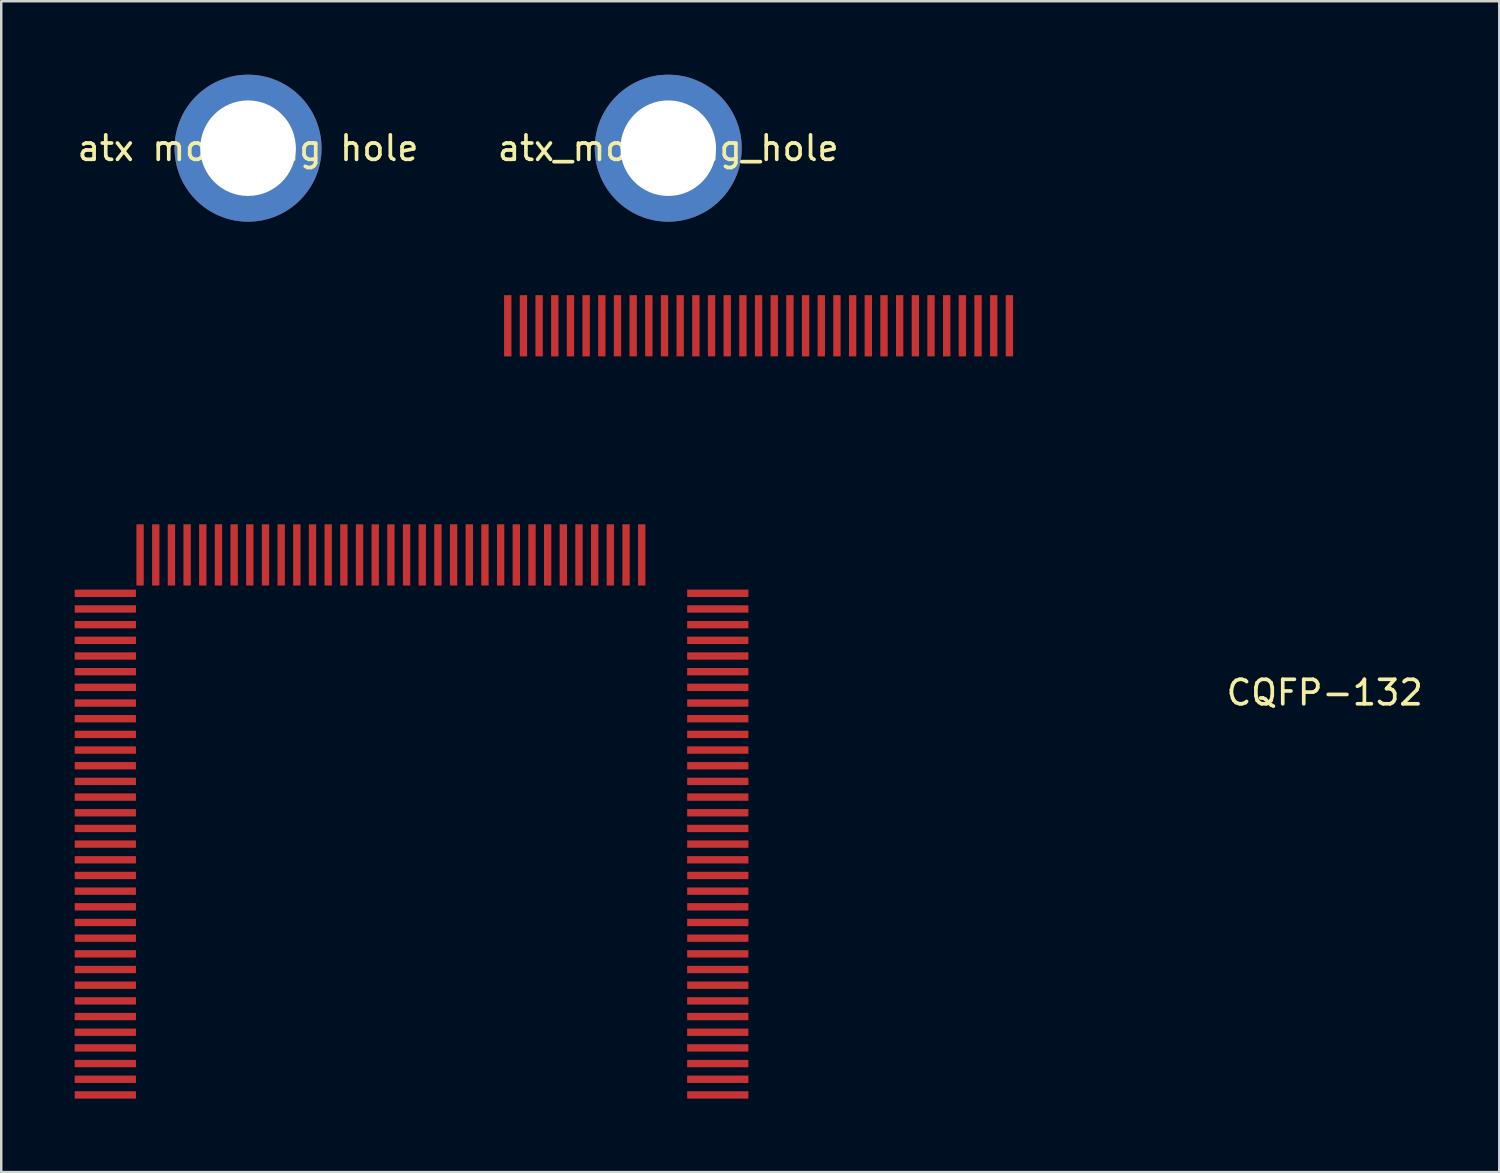
<source format=kicad_pcb>
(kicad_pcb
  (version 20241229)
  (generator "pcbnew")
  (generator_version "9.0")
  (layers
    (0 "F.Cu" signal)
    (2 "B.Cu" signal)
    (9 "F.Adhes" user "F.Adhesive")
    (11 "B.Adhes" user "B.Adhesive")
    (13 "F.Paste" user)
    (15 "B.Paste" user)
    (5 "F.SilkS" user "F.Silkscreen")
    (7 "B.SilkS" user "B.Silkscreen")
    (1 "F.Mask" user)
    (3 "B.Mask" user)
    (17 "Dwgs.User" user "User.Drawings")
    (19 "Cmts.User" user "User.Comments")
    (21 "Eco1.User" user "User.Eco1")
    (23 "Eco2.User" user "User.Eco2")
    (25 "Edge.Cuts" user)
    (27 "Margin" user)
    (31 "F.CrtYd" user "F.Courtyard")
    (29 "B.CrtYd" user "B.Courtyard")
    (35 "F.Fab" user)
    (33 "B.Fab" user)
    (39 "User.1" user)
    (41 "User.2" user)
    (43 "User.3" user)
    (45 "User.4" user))
  (footprint "CQFP-132"
    (layer "F.Cu")
    (at 33.762 30.824)
    (property "Reference" "CQFP-132" (at 17.272 -5.596 0) (layer "F.SilkS") (effects (font (size 1 1) (thickness 0.15))))
    (attr through_hole)
    (pad "1" smd rect (at -20.853 -11.219) (size 0.3 2.5) (layers "F.Cu" "F.Mask" "F.Paste"))
    (pad "2" smd rect (at -21.493 -11.219) (size 0.3 2.5) (layers "F.Cu" "F.Mask" "F.Paste"))
    (pad "3" smd rect (at -22.133 -11.219) (size 0.3 2.5) (layers "F.Cu" "F.Mask" "F.Paste"))
    (pad "4" smd rect (at -22.773 -11.219) (size 0.3 2.5) (layers "F.Cu" "F.Mask" "F.Paste"))
    (pad "5" smd rect (at -23.413 -11.219) (size 0.3 2.5) (layers "F.Cu" "F.Mask" "F.Paste"))
    (pad "6" smd rect (at -24.053 -11.219) (size 0.3 2.5) (layers "F.Cu" "F.Mask" "F.Paste"))
    (pad "7" smd rect (at -24.693 -11.219) (size 0.3 2.5) (layers "F.Cu" "F.Mask" "F.Paste"))
    (pad "8" smd rect (at -25.333 -11.219) (size 0.3 2.5) (layers "F.Cu" "F.Mask" "F.Paste"))
    (pad "9" smd rect (at -25.973 -11.219) (size 0.3 2.5) (layers "F.Cu" "F.Mask" "F.Paste"))
    (pad "10" smd rect (at -26.613 -11.219) (size 0.3 2.5) (layers "F.Cu" "F.Mask" "F.Paste"))
    (pad "11" smd rect (at -27.253 -11.219) (size 0.3 2.5) (layers "F.Cu" "F.Mask" "F.Paste"))
    (pad "12" smd rect (at -27.893 -11.219) (size 0.3 2.5) (layers "F.Cu" "F.Mask" "F.Paste"))
    (pad "13" smd rect (at -28.533 -11.219) (size 0.3 2.5) (layers "F.Cu" "F.Mask" "F.Paste"))
    (pad "14" smd rect (at -29.173 -11.219) (size 0.3 2.5) (layers "F.Cu" "F.Mask" "F.Paste"))
    (pad "15" smd rect (at -29.813 -11.219) (size 0.3 2.5) (layers "F.Cu" "F.Mask" "F.Paste"))
    (pad "16" smd rect (at -30.453 -11.219) (size 0.3 2.5) (layers "F.Cu" "F.Mask" "F.Paste"))
    (pad "17" smd rect (at -31.093 -11.219) (size 0.3 2.5) (layers "F.Cu" "F.Mask" "F.Paste"))
    (pad "18" smd rect (at -32.512 -9.652) (size 2.5 0.3) (layers "F.Cu" "F.Mask" "F.Paste"))
    (pad "19" smd rect (at -32.512 -9.012) (size 2.5 0.3) (layers "F.Cu" "F.Mask" "F.Paste"))
    (pad "20" smd rect (at -32.512 -8.372) (size 2.5 0.3) (layers "F.Cu" "F.Mask" "F.Paste"))
    (pad "21" smd rect (at -32.512 -7.732) (size 2.5 0.3) (layers "F.Cu" "F.Mask" "F.Paste"))
    (pad "22" smd rect (at -32.512 -7.092) (size 2.5 0.3) (layers "F.Cu" "F.Mask" "F.Paste"))
    (pad "23" smd rect (at -32.512 -6.452) (size 2.5 0.3) (layers "F.Cu" "F.Mask" "F.Paste"))
    (pad "24" smd rect (at -32.512 -5.812) (size 2.5 0.3) (layers "F.Cu" "F.Mask" "F.Paste"))
    (pad "25" smd rect (at -32.512 -5.172) (size 2.5 0.3) (layers "F.Cu" "F.Mask" "F.Paste"))
    (pad "26" smd rect (at -32.512 -4.532) (size 2.5 0.3) (layers "F.Cu" "F.Mask" "F.Paste"))
    (pad "27" smd rect (at -32.512 -3.892) (size 2.5 0.3) (layers "F.Cu" "F.Mask" "F.Paste"))
    (pad "28" smd rect (at -32.512 -3.252) (size 2.5 0.3) (layers "F.Cu" "F.Mask" "F.Paste"))
    (pad "29" smd rect (at -32.512 -2.612) (size 2.5 0.3) (layers "F.Cu" "F.Mask" "F.Paste"))
    (pad "30" smd rect (at -32.512 -1.972) (size 2.5 0.3) (layers "F.Cu" "F.Mask" "F.Paste"))
    (pad "31" smd rect (at -32.512 -1.332) (size 2.5 0.3) (layers "F.Cu" "F.Mask" "F.Paste"))
    (pad "32" smd rect (at -32.512 -0.692) (size 2.5 0.3) (layers "F.Cu" "F.Mask" "F.Paste"))
    (pad "33" smd rect (at -32.512 -0.052) (size 2.5 0.3) (layers "F.Cu" "F.Mask" "F.Paste"))
    (pad "34" smd rect (at -32.512 0.588) (size 2.5 0.3) (layers "F.Cu" "F.Mask" "F.Paste"))
    (pad "35" smd rect (at -32.512 1.228) (size 2.5 0.3) (layers "F.Cu" "F.Mask" "F.Paste"))
    (pad "36" smd rect (at -32.512 1.868) (size 2.5 0.3) (layers "F.Cu" "F.Mask" "F.Paste"))
    (pad "37" smd rect (at -32.512 2.508) (size 2.5 0.3) (layers "F.Cu" "F.Mask" "F.Paste"))
    (pad "38" smd rect (at -32.512 3.148) (size 2.5 0.3) (layers "F.Cu" "F.Mask" "F.Paste"))
    (pad "39" smd rect (at -32.512 3.788) (size 2.5 0.3) (layers "F.Cu" "F.Mask" "F.Paste"))
    (pad "40" smd rect (at -32.512 4.428) (size 2.5 0.3) (layers "F.Cu" "F.Mask" "F.Paste"))
    (pad "41" smd rect (at -32.512 5.068) (size 2.5 0.3) (layers "F.Cu" "F.Mask" "F.Paste"))
    (pad "42" smd rect (at -32.512 5.708) (size 2.5 0.3) (layers "F.Cu" "F.Mask" "F.Paste"))
    (pad "43" smd rect (at -32.512 6.348) (size 2.5 0.3) (layers "F.Cu" "F.Mask" "F.Paste"))
    (pad "44" smd rect (at -32.512 6.988) (size 2.5 0.3) (layers "F.Cu" "F.Mask" "F.Paste"))
    (pad "45" smd rect (at -32.512 7.628) (size 2.5 0.3) (layers "F.Cu" "F.Mask" "F.Paste"))
    (pad "46" smd rect (at -32.512 8.268) (size 2.5 0.3) (layers "F.Cu" "F.Mask" "F.Paste"))
    (pad "47" smd rect (at -32.512 8.908) (size 2.5 0.3) (layers "F.Cu" "F.Mask" "F.Paste"))
    (pad "48" smd rect (at -32.512 9.548) (size 2.5 0.3) (layers "F.Cu" "F.Mask" "F.Paste"))
    (pad "49" smd rect (at -32.512 10.188) (size 2.5 0.3) (layers "F.Cu" "F.Mask" "F.Paste"))
    (pad "50" smd rect (at -32.512 10.828) (size 2.5 0.3) (layers "F.Cu" "F.Mask" "F.Paste"))
    (pad "51" smd rect (at -16.082 -20.574) (size 0.3 2.5) (layers "F.Cu" "F.Mask" "F.Paste"))
    (pad "52" smd rect (at -15.442 -20.574) (size 0.3 2.5) (layers "F.Cu" "F.Mask" "F.Paste"))
    (pad "53" smd rect (at -14.802 -20.574) (size 0.3 2.5) (layers "F.Cu" "F.Mask" "F.Paste"))
    (pad "54" smd rect (at -14.162 -20.574) (size 0.3 2.5) (layers "F.Cu" "F.Mask" "F.Paste"))
    (pad "55" smd rect (at -13.522 -20.574) (size 0.3 2.5) (layers "F.Cu" "F.Mask" "F.Paste"))
    (pad "56" smd rect (at -12.882 -20.574) (size 0.3 2.5) (layers "F.Cu" "F.Mask" "F.Paste"))
    (pad "57" smd rect (at -12.242 -20.574) (size 0.3 2.5) (layers "F.Cu" "F.Mask" "F.Paste"))
    (pad "58" smd rect (at -11.602 -20.574) (size 0.3 2.5) (layers "F.Cu" "F.Mask" "F.Paste"))
    (pad "59" smd rect (at -10.962 -20.574) (size 0.3 2.5) (layers "F.Cu" "F.Mask" "F.Paste"))
    (pad "60" smd rect (at -10.322 -20.574) (size 0.3 2.5) (layers "F.Cu" "F.Mask" "F.Paste"))
    (pad "61" smd rect (at -9.682 -20.574) (size 0.3 2.5) (layers "F.Cu" "F.Mask" "F.Paste"))
    (pad "62" smd rect (at -9.042 -20.574) (size 0.3 2.5) (layers "F.Cu" "F.Mask" "F.Paste"))
    (pad "63" smd rect (at -8.402 -20.574) (size 0.3 2.5) (layers "F.Cu" "F.Mask" "F.Paste"))
    (pad "64" smd rect (at -7.762 -20.574) (size 0.3 2.5) (layers "F.Cu" "F.Mask" "F.Paste"))
    (pad "65" smd rect (at -7.122 -20.574) (size 0.3 2.5) (layers "F.Cu" "F.Mask" "F.Paste"))
    (pad "66" smd rect (at -6.482 -20.574) (size 0.3 2.5) (layers "F.Cu" "F.Mask" "F.Paste"))
    (pad "67" smd rect (at -5.842 -20.574) (size 0.3 2.5) (layers "F.Cu" "F.Mask" "F.Paste"))
    (pad "68" smd rect (at -5.202 -20.574) (size 0.3 2.5) (layers "F.Cu" "F.Mask" "F.Paste"))
    (pad "69" smd rect (at -4.562 -20.574) (size 0.3 2.5) (layers "F.Cu" "F.Mask" "F.Paste"))
    (pad "70" smd rect (at -3.922 -20.574) (size 0.3 2.5) (layers "F.Cu" "F.Mask" "F.Paste"))
    (pad "71" smd rect (at -3.282 -20.574) (size 0.3 2.5) (layers "F.Cu" "F.Mask" "F.Paste"))
    (pad "72" smd rect (at -2.642 -20.574) (size 0.3 2.5) (layers "F.Cu" "F.Mask" "F.Paste"))
    (pad "73" smd rect (at -2.002 -20.574) (size 0.3 2.5) (layers "F.Cu" "F.Mask" "F.Paste"))
    (pad "74" smd rect (at -1.362 -20.574) (size 0.3 2.5) (layers "F.Cu" "F.Mask" "F.Paste"))
    (pad "75" smd rect (at -0.722 -20.574) (size 0.3 2.5) (layers "F.Cu" "F.Mask" "F.Paste"))
    (pad "76" smd rect (at -0.082 -20.574) (size 0.3 2.5) (layers "F.Cu" "F.Mask" "F.Paste"))
    (pad "77" smd rect (at 0.558 -20.574) (size 0.3 2.5) (layers "F.Cu" "F.Mask" "F.Paste"))
    (pad "78" smd rect (at 1.198 -20.574) (size 0.3 2.5) (layers "F.Cu" "F.Mask" "F.Paste"))
    (pad "79" smd rect (at 1.838 -20.574) (size 0.3 2.5) (layers "F.Cu" "F.Mask" "F.Paste"))
    (pad "80" smd rect (at 2.478 -20.574) (size 0.3 2.5) (layers "F.Cu" "F.Mask" "F.Paste"))
    (pad "81" smd rect (at 3.118 -20.574) (size 0.3 2.5) (layers "F.Cu" "F.Mask" "F.Paste"))
    (pad "82" smd rect (at 3.758 -20.574) (size 0.3 2.5) (layers "F.Cu" "F.Mask" "F.Paste"))
    (pad "83" smd rect (at 4.398 -20.574) (size 0.3 2.5) (layers "F.Cu" "F.Mask" "F.Paste"))
    (pad "84" smd rect (at -7.508 10.828) (size 2.5 0.3) (layers "F.Cu" "F.Mask" "F.Paste"))
    (pad "85" smd rect (at -7.508 10.188) (size 2.5 0.3) (layers "F.Cu" "F.Mask" "F.Paste"))
    (pad "86" smd rect (at -7.508 9.548) (size 2.5 0.3) (layers "F.Cu" "F.Mask" "F.Paste"))
    (pad "87" smd rect (at -7.508 8.908) (size 2.5 0.3) (layers "F.Cu" "F.Mask" "F.Paste"))
    (pad "88" smd rect (at -7.508 8.268) (size 2.5 0.3) (layers "F.Cu" "F.Mask" "F.Paste"))
    (pad "89" smd rect (at -7.508 7.628) (size 2.5 0.3) (layers "F.Cu" "F.Mask" "F.Paste"))
    (pad "90" smd rect (at -7.508 6.988) (size 2.5 0.3) (layers "F.Cu" "F.Mask" "F.Paste"))
    (pad "91" smd rect (at -7.508 6.348) (size 2.5 0.3) (layers "F.Cu" "F.Mask" "F.Paste"))
    (pad "92" smd rect (at -7.508 5.708) (size 2.5 0.3) (layers "F.Cu" "F.Mask" "F.Paste"))
    (pad "93" smd rect (at -7.508 5.068) (size 2.5 0.3) (layers "F.Cu" "F.Mask" "F.Paste"))
    (pad "94" smd rect (at -7.508 4.428) (size 2.5 0.3) (layers "F.Cu" "F.Mask" "F.Paste"))
    (pad "95" smd rect (at -7.508 3.788) (size 2.5 0.3) (layers "F.Cu" "F.Mask" "F.Paste"))
    (pad "96" smd rect (at -7.508 3.148) (size 2.5 0.3) (layers "F.Cu" "F.Mask" "F.Paste"))
    (pad "97" smd rect (at -7.508 2.508) (size 2.5 0.3) (layers "F.Cu" "F.Mask" "F.Paste"))
    (pad "98" smd rect (at -7.508 1.868) (size 2.5 0.3) (layers "F.Cu" "F.Mask" "F.Paste"))
    (pad "99" smd rect (at -7.508 1.228) (size 2.5 0.3) (layers "F.Cu" "F.Mask" "F.Paste"))
    (pad "100" smd rect (at -7.508 0.588) (size 2.5 0.3) (layers "F.Cu" "F.Mask" "F.Paste"))
    (pad "101" smd rect (at -7.508 -0.052) (size 2.5 0.3) (layers "F.Cu" "F.Mask" "F.Paste"))
    (pad "102" smd rect (at -7.508 -0.692) (size 2.5 0.3) (layers "F.Cu" "F.Mask" "F.Paste"))
    (pad "103" smd rect (at -7.508 -1.332) (size 2.5 0.3) (layers "F.Cu" "F.Mask" "F.Paste"))
    (pad "104" smd rect (at -7.508 -1.972) (size 2.5 0.3) (layers "F.Cu" "F.Mask" "F.Paste"))
    (pad "105" smd rect (at -7.508 -2.612) (size 2.5 0.3) (layers "F.Cu" "F.Mask" "F.Paste"))
    (pad "106" smd rect (at -7.508 -3.252) (size 2.5 0.3) (layers "F.Cu" "F.Mask" "F.Paste"))
    (pad "107" smd rect (at -7.508 -3.892) (size 2.5 0.3) (layers "F.Cu" "F.Mask" "F.Paste"))
    (pad "108" smd rect (at -7.508 -4.532) (size 2.5 0.3) (layers "F.Cu" "F.Mask" "F.Paste"))
    (pad "109" smd rect (at -7.508 -5.172) (size 2.5 0.3) (layers "F.Cu" "F.Mask" "F.Paste"))
    (pad "110" smd rect (at -7.508 -5.812) (size 2.5 0.3) (layers "F.Cu" "F.Mask" "F.Paste"))
    (pad "111" smd rect (at -7.508 -6.452) (size 2.5 0.3) (layers "F.Cu" "F.Mask" "F.Paste"))
    (pad "112" smd rect (at -7.508 -7.092) (size 2.5 0.3) (layers "F.Cu" "F.Mask" "F.Paste"))
    (pad "113" smd rect (at -7.508 -7.732) (size 2.5 0.3) (layers "F.Cu" "F.Mask" "F.Paste"))
    (pad "114" smd rect (at -7.508 -8.372) (size 2.5 0.3) (layers "F.Cu" "F.Mask" "F.Paste"))
    (pad "115" smd rect (at -7.508 -9.012) (size 2.5 0.3) (layers "F.Cu" "F.Mask" "F.Paste"))
    (pad "116" smd rect (at -7.508 -9.652) (size 2.5 0.3) (layers "F.Cu" "F.Mask" "F.Paste"))
    (pad "117" smd rect (at -10.613 -11.219) (size 0.3 2.5) (layers "F.Cu" "F.Mask" "F.Paste"))
    (pad "118" smd rect (at -11.253 -11.219) (size 0.3 2.5) (layers "F.Cu" "F.Mask" "F.Paste"))
    (pad "119" smd rect (at -11.893 -11.219) (size 0.3 2.5) (layers "F.Cu" "F.Mask" "F.Paste"))
    (pad "120" smd rect (at -12.533 -11.219) (size 0.3 2.5) (layers "F.Cu" "F.Mask" "F.Paste"))
    (pad "121" smd rect (at -13.173 -11.219) (size 0.3 2.5) (layers "F.Cu" "F.Mask" "F.Paste"))
    (pad "122" smd rect (at -13.813 -11.219) (size 0.3 2.5) (layers "F.Cu" "F.Mask" "F.Paste"))
    (pad "123" smd rect (at -14.453 -11.219) (size 0.3 2.5) (layers "F.Cu" "F.Mask" "F.Paste"))
    (pad "124" smd rect (at -15.093 -11.219) (size 0.3 2.5) (layers "F.Cu" "F.Mask" "F.Paste"))
    (pad "125" smd rect (at -15.733 -11.219) (size 0.3 2.5) (layers "F.Cu" "F.Mask" "F.Paste"))
    (pad "126" smd rect (at -16.373 -11.219) (size 0.3 2.5) (layers "F.Cu" "F.Mask" "F.Paste"))
    (pad "127" smd rect (at -17.013 -11.219) (size 0.3 2.5) (layers "F.Cu" "F.Mask" "F.Paste"))
    (pad "128" smd rect (at -17.653 -11.219) (size 0.3 2.5) (layers "F.Cu" "F.Mask" "F.Paste"))
    (pad "129" smd rect (at -18.293 -11.219) (size 0.3 2.5) (layers "F.Cu" "F.Mask" "F.Paste"))
    (pad "130" smd rect (at -18.933 -11.219) (size 0.3 2.5) (layers "F.Cu" "F.Mask" "F.Paste"))
    (pad "131" smd rect (at -19.573 -11.219) (size 0.3 2.5) (layers "F.Cu" "F.Mask" "F.Paste"))
    (pad "132" smd rect (at -20.213 -11.219) (size 0.3 2.5) (layers "F.Cu" "F.Mask" "F.Paste")))
  (footprint "atx mounting hole"
    (layer "F.Cu")
    (at 7.077 3)
    (property "Reference" "atx mounting hole" (at 0 0 0) (layer "F.SilkS") (effects (font (size 1 1) (thickness 0.15))))
    (attr through_hole)
    (pad "1" thru_hole circle (at 0 0) (size 6 6) (drill 3.9) (layers "*.Cu" "*.Mask")))
  (footprint "atx_mounting_hole"
    (layer "F.Cu")
    (at 24.232 3)
    (property "Reference" "atx_mounting_hole" (at 0 0 0) (layer "F.SilkS") (effects (font (size 1 1) (thickness 0.15))))
    (attr through_hole)
    (pad "1" thru_hole circle (at 0 0) (size 6 6) (drill 3.9) (layers "*.Cu" "*.Mask")))
  (gr_rect
    (start -3 -3)
    (end 58.159 44.802)
    (stroke (width 0.1) (type default))
    (fill no)
    (layer "Edge.Cuts")))
</source>
